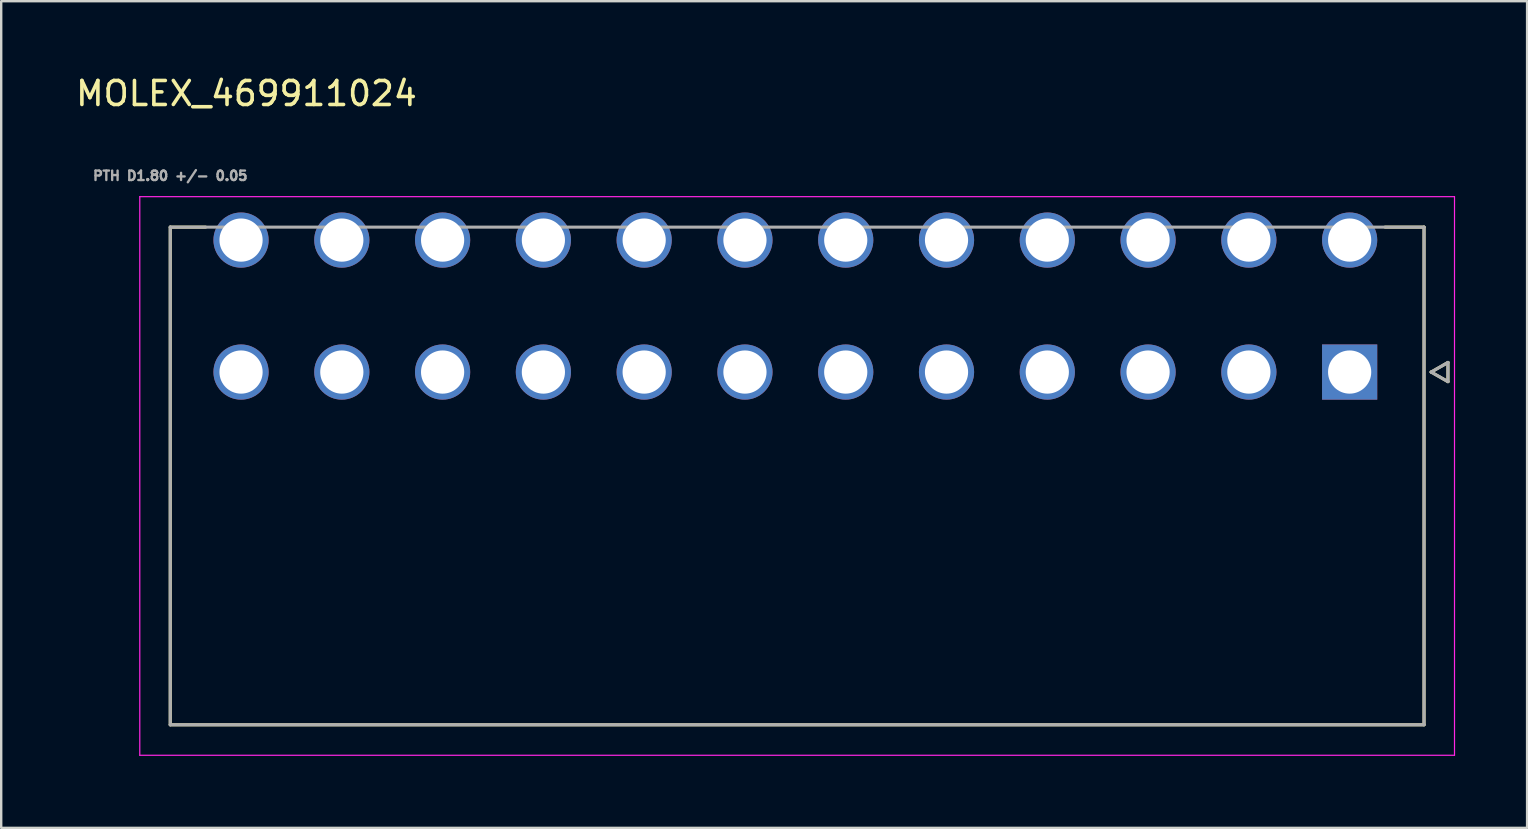
<source format=kicad_pcb>
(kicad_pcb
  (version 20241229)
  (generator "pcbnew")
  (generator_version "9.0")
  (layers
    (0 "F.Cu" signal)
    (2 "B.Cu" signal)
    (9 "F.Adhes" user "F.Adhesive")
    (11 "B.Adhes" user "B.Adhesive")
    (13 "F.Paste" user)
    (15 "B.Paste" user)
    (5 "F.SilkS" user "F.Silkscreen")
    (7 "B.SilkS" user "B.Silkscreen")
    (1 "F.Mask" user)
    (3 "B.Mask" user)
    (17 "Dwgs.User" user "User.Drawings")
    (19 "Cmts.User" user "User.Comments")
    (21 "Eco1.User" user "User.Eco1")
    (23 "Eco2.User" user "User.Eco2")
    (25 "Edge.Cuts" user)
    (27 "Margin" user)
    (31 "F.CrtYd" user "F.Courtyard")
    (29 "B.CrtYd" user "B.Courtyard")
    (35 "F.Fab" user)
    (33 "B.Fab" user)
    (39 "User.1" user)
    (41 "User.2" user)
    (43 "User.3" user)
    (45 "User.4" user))
  (footprint "MOLEX_469911024"
    (layer "F.Cu")
    (at 53.195 12.455)
    (property "Reference" "MOLEX_469911024" (at -45.975 -11.607 0) (layer "F.SilkS") (effects (font (size 1 1) (thickness 0.15))))
    (attr through_hole)
    (fp_circle (center -46.2 -5.5) (end -45.587 -5.5) (stroke (width 1.226) (type solid)) (fill no) (layer "F.Mask"))
    (fp_circle (center -46.2 0) (end -45.587 0) (stroke (width 1.226) (type solid)) (fill no) (layer "F.Mask"))
    (fp_circle (center -42 -5.5) (end -41.387 -5.5) (stroke (width 1.226) (type solid)) (fill no) (layer "F.Mask"))
    (fp_circle (center -42 0) (end -41.387 0) (stroke (width 1.226) (type solid)) (fill no) (layer "F.Mask"))
    (fp_circle (center -37.8 -5.5) (end -37.187 -5.5) (stroke (width 1.226) (type solid)) (fill no) (layer "F.Mask"))
    (fp_circle (center -37.8 0) (end -37.187 0) (stroke (width 1.226) (type solid)) (fill no) (layer "F.Mask"))
    (fp_circle (center -33.6 -5.5) (end -32.987 -5.5) (stroke (width 1.226) (type solid)) (fill no) (layer "F.Mask"))
    (fp_circle (center -33.6 0) (end -32.987 0) (stroke (width 1.226) (type solid)) (fill no) (layer "F.Mask"))
    (fp_circle (center -29.4 -5.5) (end -28.787 -5.5) (stroke (width 1.226) (type solid)) (fill no) (layer "F.Mask"))
    (fp_circle (center -29.4 0) (end -28.787 0) (stroke (width 1.226) (type solid)) (fill no) (layer "F.Mask"))
    (fp_circle (center -25.2 -5.5) (end -24.587 -5.5) (stroke (width 1.226) (type solid)) (fill no) (layer "F.Mask"))
    (fp_circle (center -25.2 0) (end -24.587 0) (stroke (width 1.226) (type solid)) (fill no) (layer "F.Mask"))
    (fp_circle (center -21 -5.5) (end -20.387 -5.5) (stroke (width 1.226) (type solid)) (fill no) (layer "F.Mask"))
    (fp_circle (center -21 0) (end -20.387 0) (stroke (width 1.226) (type solid)) (fill no) (layer "F.Mask"))
    (fp_circle (center -16.8 -5.5) (end -16.187 -5.5) (stroke (width 1.226) (type solid)) (fill no) (layer "F.Mask"))
    (fp_circle (center -16.8 0) (end -16.187 0) (stroke (width 1.226) (type solid)) (fill no) (layer "F.Mask"))
    (fp_circle (center -12.6 -5.5) (end -11.987 -5.5) (stroke (width 1.226) (type solid)) (fill no) (layer "F.Mask"))
    (fp_circle (center -12.6 0) (end -11.987 0) (stroke (width 1.226) (type solid)) (fill no) (layer "F.Mask"))
    (fp_circle (center -8.4 -5.5) (end -7.787 -5.5) (stroke (width 1.226) (type solid)) (fill no) (layer "F.Mask"))
    (fp_circle (center -8.4 0) (end -7.787 0) (stroke (width 1.226) (type solid)) (fill no) (layer "F.Mask"))
    (fp_circle (center -4.2 -5.5) (end -3.587 -5.5) (stroke (width 1.226) (type solid)) (fill no) (layer "F.Mask"))
    (fp_circle (center -4.2 0) (end -3.587 0) (stroke (width 1.226) (type solid)) (fill no) (layer "F.Mask"))
    (fp_circle (center 0 -5.5) (end 0.613 -5.5) (stroke (width 1.226) (type solid)) (fill no) (layer "F.Mask"))
    (fp_poly (pts (xy -1.226 -1.226) (xy 1.226 -1.226) (xy 1.226 1.226) (xy -1.226 1.226)) (stroke (width 0.01) (type solid)) (fill yes) (layer "F.Mask"))
    (fp_circle (center -46.2 -5.5) (end -45.587 -5.5) (stroke (width 1.226) (type solid)) (fill no) (layer "B.Mask"))
    (fp_circle (center -46.2 0) (end -45.587 0) (stroke (width 1.226) (type solid)) (fill no) (layer "B.Mask"))
    (fp_circle (center -42 -5.5) (end -41.387 -5.5) (stroke (width 1.226) (type solid)) (fill no) (layer "B.Mask"))
    (fp_circle (center -42 0) (end -41.387 0) (stroke (width 1.226) (type solid)) (fill no) (layer "B.Mask"))
    (fp_circle (center -37.8 -5.5) (end -37.187 -5.5) (stroke (width 1.226) (type solid)) (fill no) (layer "B.Mask"))
    (fp_circle (center -37.8 0) (end -37.187 0) (stroke (width 1.226) (type solid)) (fill no) (layer "B.Mask"))
    (fp_circle (center -33.6 -5.5) (end -32.987 -5.5) (stroke (width 1.226) (type solid)) (fill no) (layer "B.Mask"))
    (fp_circle (center -33.6 0) (end -32.987 0) (stroke (width 1.226) (type solid)) (fill no) (layer "B.Mask"))
    (fp_circle (center -29.4 -5.5) (end -28.787 -5.5) (stroke (width 1.226) (type solid)) (fill no) (layer "B.Mask"))
    (fp_circle (center -29.4 0) (end -28.787 0) (stroke (width 1.226) (type solid)) (fill no) (layer "B.Mask"))
    (fp_circle (center -25.2 -5.5) (end -24.587 -5.5) (stroke (width 1.226) (type solid)) (fill no) (layer "B.Mask"))
    (fp_circle (center -25.2 0) (end -24.587 0) (stroke (width 1.226) (type solid)) (fill no) (layer "B.Mask"))
    (fp_circle (center -21 -5.5) (end -20.387 -5.5) (stroke (width 1.226) (type solid)) (fill no) (layer "B.Mask"))
    (fp_circle (center -21 0) (end -20.387 0) (stroke (width 1.226) (type solid)) (fill no) (layer "B.Mask"))
    (fp_circle (center -16.8 -5.5) (end -16.187 -5.5) (stroke (width 1.226) (type solid)) (fill no) (layer "B.Mask"))
    (fp_circle (center -16.8 0) (end -16.187 0) (stroke (width 1.226) (type solid)) (fill no) (layer "B.Mask"))
    (fp_circle (center -12.6 -5.5) (end -11.987 -5.5) (stroke (width 1.226) (type solid)) (fill no) (layer "B.Mask"))
    (fp_circle (center -12.6 0) (end -11.987 0) (stroke (width 1.226) (type solid)) (fill no) (layer "B.Mask"))
    (fp_circle (center -8.4 -5.5) (end -7.787 -5.5) (stroke (width 1.226) (type solid)) (fill no) (layer "B.Mask"))
    (fp_circle (center -8.4 0) (end -7.787 0) (stroke (width 1.226) (type solid)) (fill no) (layer "B.Mask"))
    (fp_circle (center -4.2 -5.5) (end -3.587 -5.5) (stroke (width 1.226) (type solid)) (fill no) (layer "B.Mask"))
    (fp_circle (center -4.2 0) (end -3.587 0) (stroke (width 1.226) (type solid)) (fill no) (layer "B.Mask"))
    (fp_circle (center 0 -5.5) (end 0.613 -5.5) (stroke (width 1.226) (type solid)) (fill no) (layer "B.Mask"))
    (fp_poly (pts (xy -1.226 -1.226) (xy 1.226 -1.226) (xy 1.226 1.226) (xy -1.226 1.226)) (stroke (width 0.01) (type solid)) (fill yes) (layer "B.Mask"))
    (fp_line (start -49.15 -6.04) (end -47.676 -6.04) (stroke (width 0.127) (type solid)) (layer "F.SilkS"))
    (fp_line (start -49.15 14.7) (end -49.15 -6.04) (stroke (width 0.127) (type solid)) (layer "F.SilkS"))
    (fp_line (start 3.1 -6.04) (end 1.476 -6.04) (stroke (width 0.127) (type solid)) (layer "F.SilkS"))
    (fp_line (start 3.1 -6.04) (end 3.1 14.7) (stroke (width 0.127) (type solid)) (layer "F.SilkS"))
    (fp_line (start 3.1 14.7) (end -49.15 14.7) (stroke (width 0.127) (type solid)) (layer "F.SilkS"))
    (fp_line (start 3.397 0) (end 4.097 0.4) (stroke (width 0.127) (type solid)) (layer "F.SilkS"))
    (fp_line (start 4.097 -0.4) (end 3.397 0) (stroke (width 0.127) (type solid)) (layer "F.SilkS"))
    (fp_line (start 4.097 0.4) (end 4.097 -0.4) (stroke (width 0.127) (type solid)) (layer "F.SilkS"))
    (fp_line (start -50.42 -7.31) (end 4.37 -7.31) (stroke (width 0.05) (type solid)) (layer "F.CrtYd"))
    (fp_line (start -50.42 15.97) (end -50.42 -7.31) (stroke (width 0.05) (type solid)) (layer "F.CrtYd"))
    (fp_line (start 4.37 -7.31) (end 4.37 15.97) (stroke (width 0.05) (type solid)) (layer "F.CrtYd"))
    (fp_line (start 4.37 15.97) (end -50.42 15.97) (stroke (width 0.05) (type solid)) (layer "F.CrtYd"))
    (fp_line (start -49.15 -6.04) (end 3.1 -6.04) (stroke (width 0.127) (type solid)) (layer "F.Fab"))
    (fp_line (start -49.15 14.7) (end -49.15 -6.04) (stroke (width 0.127) (type solid)) (layer "F.Fab"))
    (fp_line (start 3.1 -6.04) (end 3.1 14.7) (stroke (width 0.127) (type solid)) (layer "F.Fab"))
    (fp_line (start 3.1 14.7) (end -49.15 14.7) (stroke (width 0.127) (type solid)) (layer "F.Fab"))
    (fp_line (start 3.397 0) (end 4.097 0.4) (stroke (width 0.127) (type solid)) (layer "F.Fab"))
    (fp_line (start 4.097 -0.4) (end 3.397 0) (stroke (width 0.127) (type solid)) (layer "F.Fab"))
    (fp_line (start 4.097 0.4) (end 4.097 -0.4) (stroke (width 0.127) (type solid)) (layer "F.Fab"))
    (fp_text user "PTH D1.80 +/- 0.05" (at -49.15 -8.18 0) (layer "F.Fab") (effects (font (size 0.394 0.394) (thickness 0.15))))
    (pad "1" thru_hole rect (at 0 0) (size 2.3 2.3) (drill 1.8) (layers "*.Cu"))
    (pad "2" thru_hole circle (at -4.2 0) (size 2.3 2.3) (drill 1.8) (layers "*.Cu"))
    (pad "3" thru_hole circle (at -8.4 0) (size 2.3 2.3) (drill 1.8) (layers "*.Cu"))
    (pad "4" thru_hole circle (at -12.6 0) (size 2.3 2.3) (drill 1.8) (layers "*.Cu"))
    (pad "5" thru_hole circle (at -16.8 0) (size 2.3 2.3) (drill 1.8) (layers "*.Cu"))
    (pad "6" thru_hole circle (at -21 0) (size 2.3 2.3) (drill 1.8) (layers "*.Cu"))
    (pad "7" thru_hole circle (at -25.2 0) (size 2.3 2.3) (drill 1.8) (layers "*.Cu"))
    (pad "8" thru_hole circle (at -29.4 0) (size 2.3 2.3) (drill 1.8) (layers "*.Cu"))
    (pad "9" thru_hole circle (at -33.6 0) (size 2.3 2.3) (drill 1.8) (layers "*.Cu"))
    (pad "10" thru_hole circle (at -37.8 0) (size 2.3 2.3) (drill 1.8) (layers "*.Cu"))
    (pad "11" thru_hole circle (at -42 0) (size 2.3 2.3) (drill 1.8) (layers "*.Cu"))
    (pad "12" thru_hole circle (at -46.2 0) (size 2.3 2.3) (drill 1.8) (layers "*.Cu"))
    (pad "13" thru_hole circle (at 0 -5.5) (size 2.3 2.3) (drill 1.8) (layers "*.Cu"))
    (pad "14" thru_hole circle (at -4.2 -5.5) (size 2.3 2.3) (drill 1.8) (layers "*.Cu"))
    (pad "15" thru_hole circle (at -8.4 -5.5) (size 2.3 2.3) (drill 1.8) (layers "*.Cu"))
    (pad "16" thru_hole circle (at -12.6 -5.5) (size 2.3 2.3) (drill 1.8) (layers "*.Cu"))
    (pad "17" thru_hole circle (at -16.8 -5.5) (size 2.3 2.3) (drill 1.8) (layers "*.Cu"))
    (pad "18" thru_hole circle (at -21 -5.5) (size 2.3 2.3) (drill 1.8) (layers "*.Cu"))
    (pad "19" thru_hole circle (at -25.2 -5.5) (size 2.3 2.3) (drill 1.8) (layers "*.Cu"))
    (pad "20" thru_hole circle (at -29.4 -5.5) (size 2.3 2.3) (drill 1.8) (layers "*.Cu"))
    (pad "21" thru_hole circle (at -33.6 -5.5) (size 2.3 2.3) (drill 1.8) (layers "*.Cu"))
    (pad "22" thru_hole circle (at -37.8 -5.5) (size 2.3 2.3) (drill 1.8) (layers "*.Cu"))
    (pad "23" thru_hole circle (at -42 -5.5) (size 2.3 2.3) (drill 1.8) (layers "*.Cu"))
    (pad "24" thru_hole circle (at -46.2 -5.5) (size 2.3 2.3) (drill 1.8) (layers "*.Cu")))
  (gr_rect
    (start -3 -3)
    (end 60.59 31.45)
    (stroke (width 0.1) (type default))
    (fill no)
    (layer "Edge.Cuts")))
</source>
